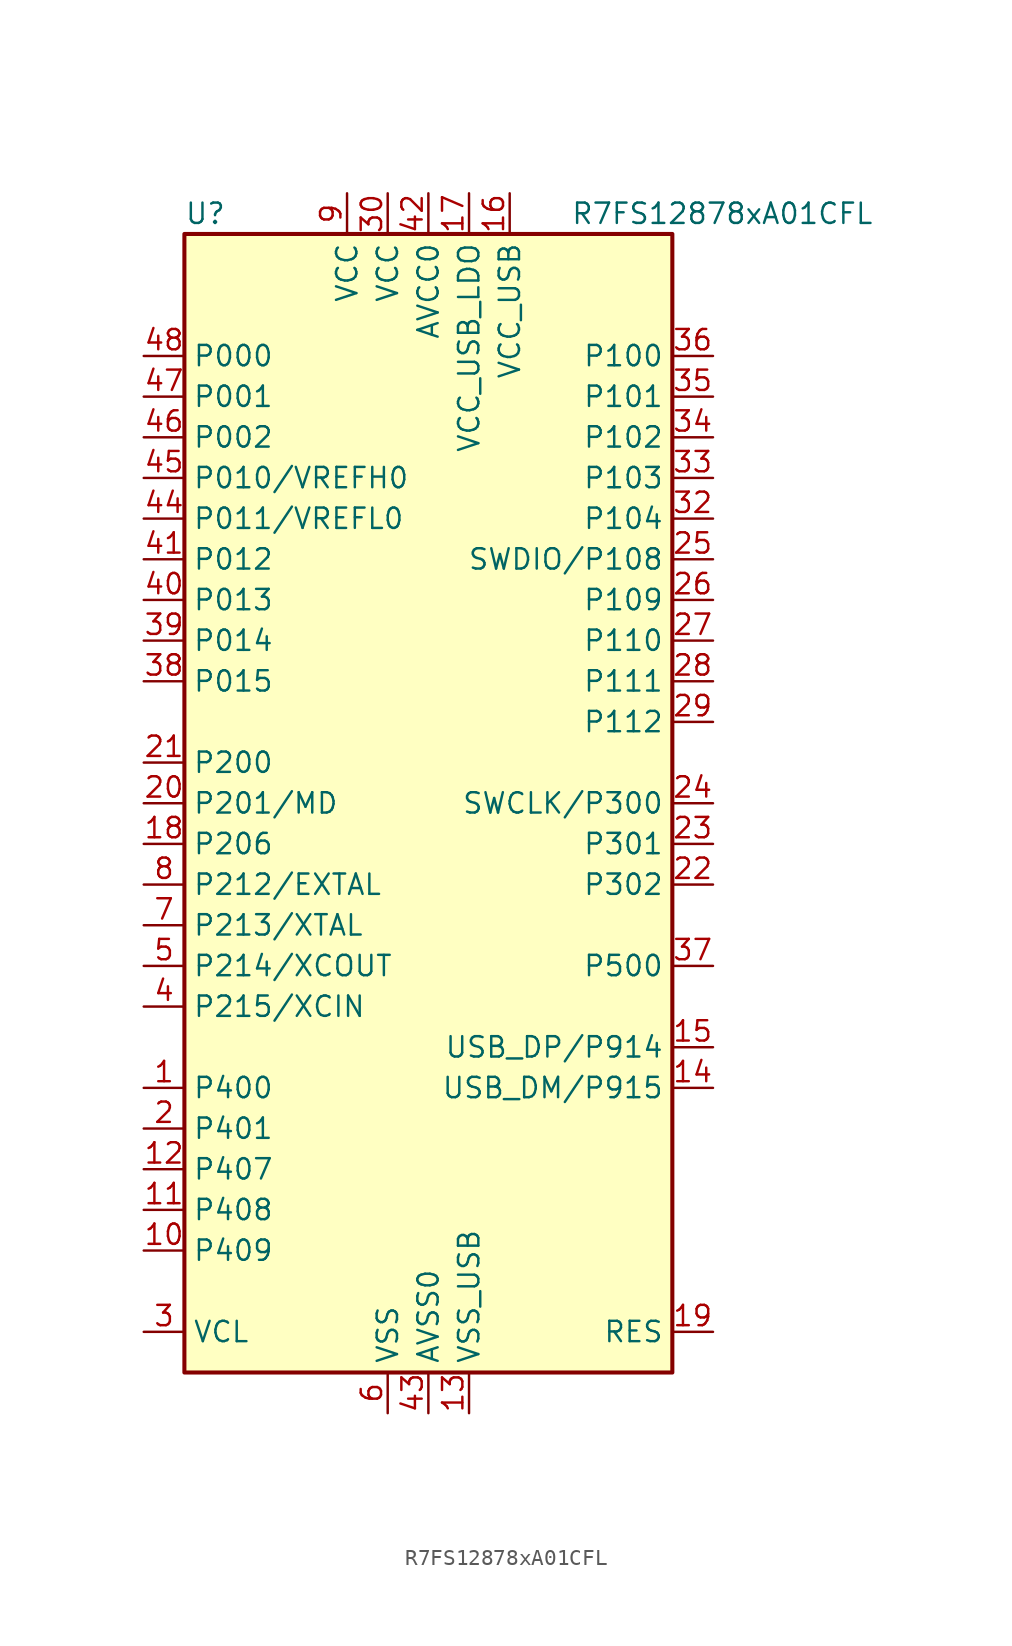
<source format=kicad_sym>
(kicad_symbol_lib
  (version 20211014)
  (generator kicad_symbol_editor)
  (symbol "R7FS12878xA01CFL"
    (property "Reference" "U"
      (at -15.24 36.83 0)
      (effects (font (size 1.27 1.27)) (justify left)))
    (property "Value" "R7FS12878xA01CFL"
      (at 8.89 36.83 0)
      (effects (font (size 1.27 1.27)) (justify left)))
    (symbol "R7FS12878xA01CFL_0_1"
      (rectangle (start -15.24 -35.56) (end 15.24 35.56) (stroke (width 0.254) (type default) (color 0 0 0 0)) (fill (type background))))
    (symbol "R7FS12878xA01CFL_1_1"
      (pin bidirectional line (at -17.78 -17.78 0) (length 2.54) (name "P400" (effects (font (size 1.27 1.27)))) (number "1" (effects (font (size 1.27 1.27)))))
      (pin bidirectional line (at -17.78 -27.94 0) (length 2.54) (name "P409" (effects (font (size 1.27 1.27)))) (number "10" (effects (font (size 1.27 1.27)))))
      (pin bidirectional line (at -17.78 -25.4 0) (length 2.54) (name "P408" (effects (font (size 1.27 1.27)))) (number "11" (effects (font (size 1.27 1.27)))))
      (pin bidirectional line (at -17.78 -22.86 0) (length 2.54) (name "P407" (effects (font (size 1.27 1.27)))) (number "12" (effects (font (size 1.27 1.27)))))
      (pin power_in line (at 2.54 -38.1 90) (length 2.54) (name "VSS_USB" (effects (font (size 1.27 1.27)))) (number "13" (effects (font (size 1.27 1.27)))))
      (pin bidirectional line (at 17.78 -17.78 180) (length 2.54) (name "USB_DM/P915" (effects (font (size 1.27 1.27)))) (number "14" (effects (font (size 1.27 1.27)))))
      (pin bidirectional line (at 17.78 -15.24 180) (length 2.54) (name "USB_DP/P914" (effects (font (size 1.27 1.27)))) (number "15" (effects (font (size 1.27 1.27)))))
      (pin power_in line (at 5.08 38.1 270) (length 2.54) (name "VCC_USB" (effects (font (size 1.27 1.27)))) (number "16" (effects (font (size 1.27 1.27)))))
      (pin power_in line (at 2.54 38.1 270) (length 2.54) (name "VCC_USB_LDO" (effects (font (size 1.27 1.27)))) (number "17" (effects (font (size 1.27 1.27)))))
      (pin bidirectional line (at -17.78 -2.54 0) (length 2.54) (name "P206" (effects (font (size 1.27 1.27)))) (number "18" (effects (font (size 1.27 1.27)))))
      (pin input line (at 17.78 -33.02 180) (length 2.54) (name "RES" (effects (font (size 1.27 1.27)))) (number "19" (effects (font (size 1.27 1.27)))))
      (pin bidirectional line (at -17.78 -20.32 0) (length 2.54) (name "P401" (effects (font (size 1.27 1.27)))) (number "2" (effects (font (size 1.27 1.27)))))
      (pin bidirectional line (at -17.78 0 0) (length 2.54) (name "P201/MD" (effects (font (size 1.27 1.27)))) (number "20" (effects (font (size 1.27 1.27)))))
      (pin bidirectional line (at -17.78 2.54 0) (length 2.54) (name "P200" (effects (font (size 1.27 1.27)))) (number "21" (effects (font (size 1.27 1.27)))))
      (pin bidirectional line (at 17.78 -5.08 180) (length 2.54) (name "P302" (effects (font (size 1.27 1.27)))) (number "22" (effects (font (size 1.27 1.27)))))
      (pin bidirectional line (at 17.78 -2.54 180) (length 2.54) (name "P301" (effects (font (size 1.27 1.27)))) (number "23" (effects (font (size 1.27 1.27)))))
      (pin bidirectional line (at 17.78 0 180) (length 2.54) (name "SWCLK/P300" (effects (font (size 1.27 1.27)))) (number "24" (effects (font (size 1.27 1.27)))))
      (pin bidirectional line (at 17.78 15.24 180) (length 2.54) (name "SWDIO/P108" (effects (font (size 1.27 1.27)))) (number "25" (effects (font (size 1.27 1.27)))))
      (pin bidirectional line (at 17.78 12.7 180) (length 2.54) (name "P109" (effects (font (size 1.27 1.27)))) (number "26" (effects (font (size 1.27 1.27)))))
      (pin bidirectional line (at 17.78 10.16 180) (length 2.54) (name "P110" (effects (font (size 1.27 1.27)))) (number "27" (effects (font (size 1.27 1.27)))))
      (pin bidirectional line (at 17.78 7.62 180) (length 2.54) (name "P111" (effects (font (size 1.27 1.27)))) (number "28" (effects (font (size 1.27 1.27)))))
      (pin bidirectional line (at 17.78 5.08 180) (length 2.54) (name "P112" (effects (font (size 1.27 1.27)))) (number "29" (effects (font (size 1.27 1.27)))))
      (pin passive line (at -17.78 -33.02 0) (length 2.54) (name "VCL" (effects (font (size 1.27 1.27)))) (number "3" (effects (font (size 1.27 1.27)))))
      (pin power_in line (at -2.54 38.1 270) (length 2.54) (name "VCC" (effects (font (size 1.27 1.27)))) (number "30" (effects (font (size 1.27 1.27)))))
      (pin passive line (at -2.54 -38.1 90) (length 2.54) hide (name "VSS" (effects (font (size 1.27 1.27)))) (number "31" (effects (font (size 1.27 1.27)))))
      (pin bidirectional line (at 17.78 17.78 180) (length 2.54) (name "P104" (effects (font (size 1.27 1.27)))) (number "32" (effects (font (size 1.27 1.27)))))
      (pin bidirectional line (at 17.78 20.32 180) (length 2.54) (name "P103" (effects (font (size 1.27 1.27)))) (number "33" (effects (font (size 1.27 1.27)))))
      (pin bidirectional line (at 17.78 22.86 180) (length 2.54) (name "P102" (effects (font (size 1.27 1.27)))) (number "34" (effects (font (size 1.27 1.27)))))
      (pin bidirectional line (at 17.78 25.4 180) (length 2.54) (name "P101" (effects (font (size 1.27 1.27)))) (number "35" (effects (font (size 1.27 1.27)))))
      (pin bidirectional line (at 17.78 27.94 180) (length 2.54) (name "P100" (effects (font (size 1.27 1.27)))) (number "36" (effects (font (size 1.27 1.27)))))
      (pin bidirectional line (at 17.78 -10.16 180) (length 2.54) (name "P500" (effects (font (size 1.27 1.27)))) (number "37" (effects (font (size 1.27 1.27)))))
      (pin bidirectional line (at -17.78 7.62 0) (length 2.54) (name "P015" (effects (font (size 1.27 1.27)))) (number "38" (effects (font (size 1.27 1.27)))))
      (pin bidirectional line (at -17.78 10.16 0) (length 2.54) (name "P014" (effects (font (size 1.27 1.27)))) (number "39" (effects (font (size 1.27 1.27)))))
      (pin bidirectional line (at -17.78 -12.7 0) (length 2.54) (name "P215/XCIN" (effects (font (size 1.27 1.27)))) (number "4" (effects (font (size 1.27 1.27)))))
      (pin bidirectional line (at -17.78 12.7 0) (length 2.54) (name "P013" (effects (font (size 1.27 1.27)))) (number "40" (effects (font (size 1.27 1.27)))))
      (pin bidirectional line (at -17.78 15.24 0) (length 2.54) (name "P012" (effects (font (size 1.27 1.27)))) (number "41" (effects (font (size 1.27 1.27)))))
      (pin power_in line (at 0 38.1 270) (length 2.54) (name "AVCC0" (effects (font (size 1.27 1.27)))) (number "42" (effects (font (size 1.27 1.27)))))
      (pin power_in line (at 0 -38.1 90) (length 2.54) (name "AVSS0" (effects (font (size 1.27 1.27)))) (number "43" (effects (font (size 1.27 1.27)))))
      (pin bidirectional line (at -17.78 17.78 0) (length 2.54) (name "P011/VREFL0" (effects (font (size 1.27 1.27)))) (number "44" (effects (font (size 1.27 1.27)))))
      (pin bidirectional line (at -17.78 20.32 0) (length 2.54) (name "P010/VREFH0" (effects (font (size 1.27 1.27)))) (number "45" (effects (font (size 1.27 1.27)))))
      (pin bidirectional line (at -17.78 22.86 0) (length 2.54) (name "P002" (effects (font (size 1.27 1.27)))) (number "46" (effects (font (size 1.27 1.27)))))
      (pin bidirectional line (at -17.78 25.4 0) (length 2.54) (name "P001" (effects (font (size 1.27 1.27)))) (number "47" (effects (font (size 1.27 1.27)))))
      (pin bidirectional line (at -17.78 27.94 0) (length 2.54) (name "P000" (effects (font (size 1.27 1.27)))) (number "48" (effects (font (size 1.27 1.27)))))
      (pin bidirectional line (at -17.78 -10.16 0) (length 2.54) (name "P214/XCOUT" (effects (font (size 1.27 1.27)))) (number "5" (effects (font (size 1.27 1.27)))))
      (pin power_in line (at -2.54 -38.1 90) (length 2.54) (name "VSS" (effects (font (size 1.27 1.27)))) (number "6" (effects (font (size 1.27 1.27)))))
      (pin bidirectional line (at -17.78 -7.62 0) (length 2.54) (name "P213/XTAL" (effects (font (size 1.27 1.27)))) (number "7" (effects (font (size 1.27 1.27)))))
      (pin bidirectional line (at -17.78 -5.08 0) (length 2.54) (name "P212/EXTAL" (effects (font (size 1.27 1.27)))) (number "8" (effects (font (size 1.27 1.27)))))
      (pin power_in line (at -5.08 38.1 270) (length 2.54) (name "VCC" (effects (font (size 1.27 1.27)))) (number "9" (effects (font (size 1.27 1.27))))))))
</source>
